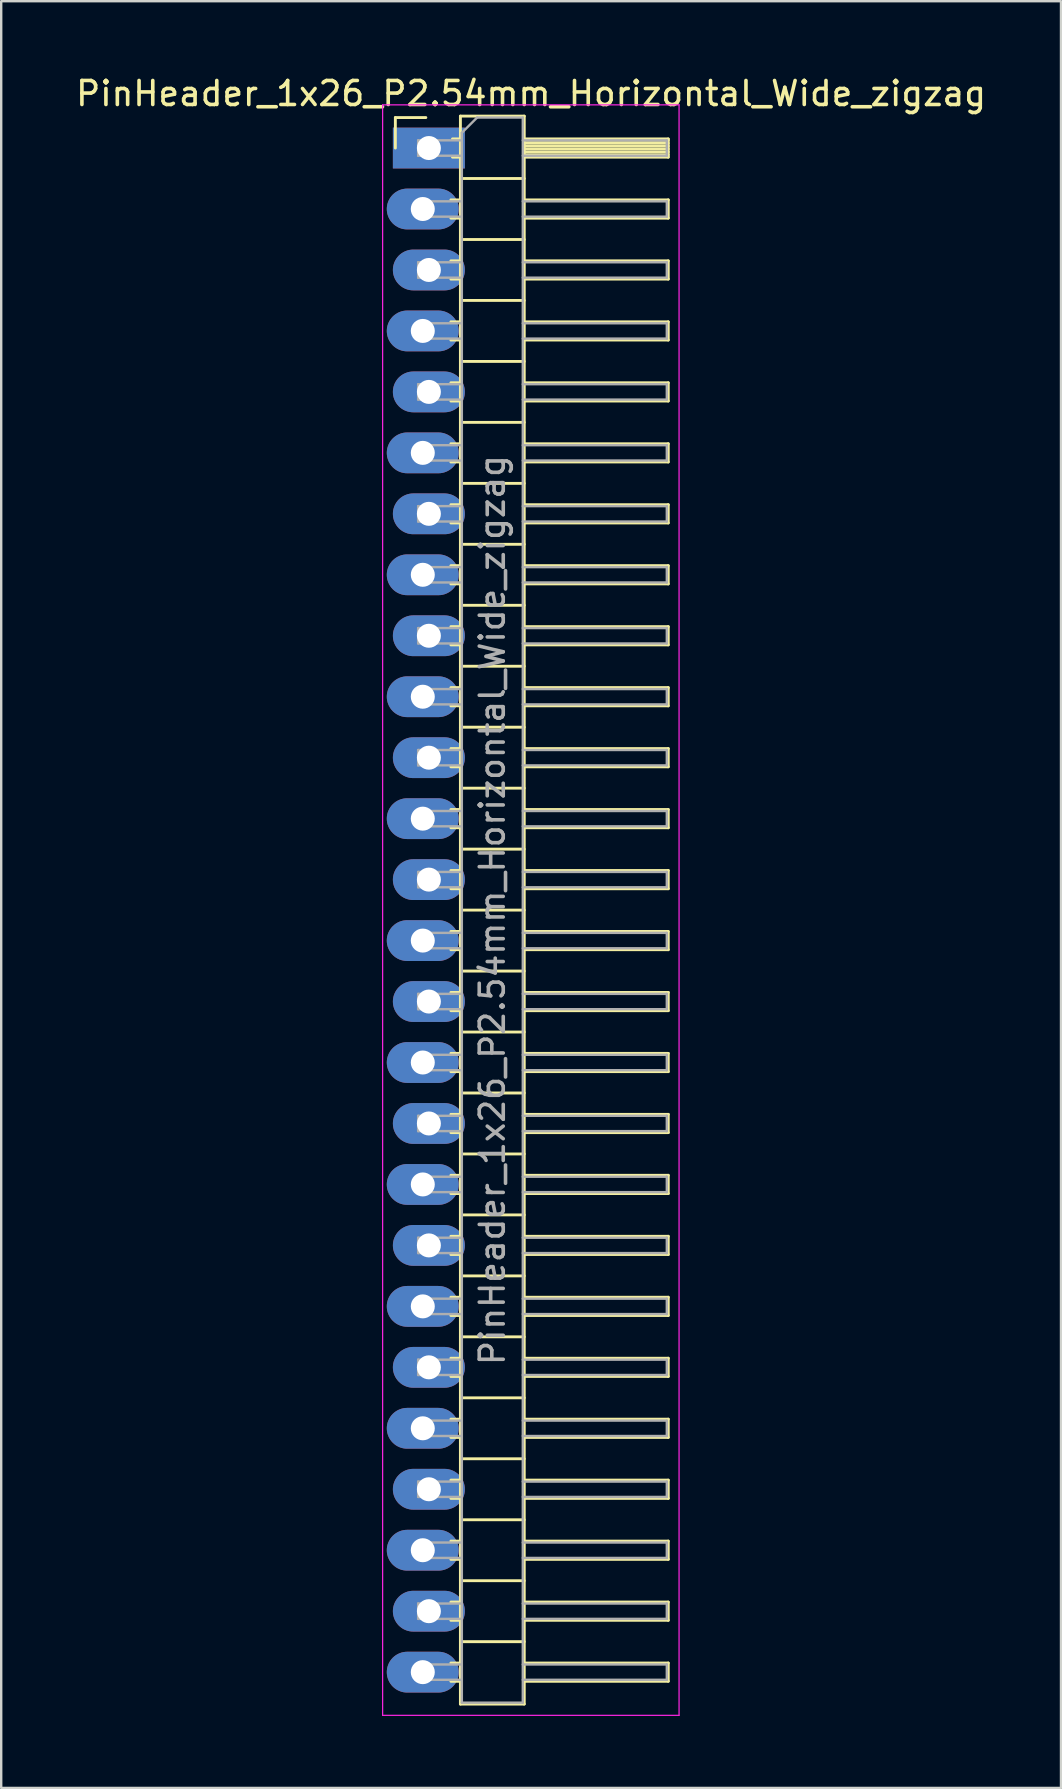
<source format=kicad_pcb>
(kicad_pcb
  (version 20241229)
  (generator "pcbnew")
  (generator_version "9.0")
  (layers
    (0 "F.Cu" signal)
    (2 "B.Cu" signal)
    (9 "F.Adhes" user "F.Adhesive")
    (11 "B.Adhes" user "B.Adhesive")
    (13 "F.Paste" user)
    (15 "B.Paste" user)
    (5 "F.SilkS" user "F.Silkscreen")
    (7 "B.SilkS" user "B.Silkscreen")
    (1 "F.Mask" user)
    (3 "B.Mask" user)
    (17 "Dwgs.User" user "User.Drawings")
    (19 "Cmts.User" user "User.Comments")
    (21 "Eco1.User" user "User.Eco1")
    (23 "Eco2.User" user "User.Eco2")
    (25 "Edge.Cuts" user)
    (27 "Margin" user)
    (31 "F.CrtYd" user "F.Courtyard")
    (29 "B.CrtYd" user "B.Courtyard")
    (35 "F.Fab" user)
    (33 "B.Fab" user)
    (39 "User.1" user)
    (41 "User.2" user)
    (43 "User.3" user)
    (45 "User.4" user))
  (footprint "PinHeader_1x26_P2.54mm_Horizontal_Wide_zigzag"
    (layer "F.Cu")
    (at 14.692 3.118)
    (property "Reference" "PinHeader_1x26_P2.54mm_Horizontal_Wide_zigzag" (at 4.385 -2.27 0) (layer "F.SilkS") (effects (font (size 1 1) (thickness 0.15))))
    (attr through_hole)
    (fp_line (start -1.27 -1.27) (end 0 -1.27) (stroke (width 0.12) (type solid)) (layer "F.SilkS"))
    (fp_line (start -1.27 0) (end -1.27 -1.27) (stroke (width 0.12) (type solid)) (layer "F.SilkS"))
    (fp_line (start 1.043 2.16) (end 1.44 2.16) (stroke (width 0.12) (type solid)) (layer "F.SilkS"))
    (fp_line (start 1.043 2.92) (end 1.44 2.92) (stroke (width 0.12) (type solid)) (layer "F.SilkS"))
    (fp_line (start 1.043 4.7) (end 1.44 4.7) (stroke (width 0.12) (type solid)) (layer "F.SilkS"))
    (fp_line (start 1.043 5.46) (end 1.44 5.46) (stroke (width 0.12) (type solid)) (layer "F.SilkS"))
    (fp_line (start 1.043 7.24) (end 1.44 7.24) (stroke (width 0.12) (type solid)) (layer "F.SilkS"))
    (fp_line (start 1.043 8) (end 1.44 8) (stroke (width 0.12) (type solid)) (layer "F.SilkS"))
    (fp_line (start 1.043 9.78) (end 1.44 9.78) (stroke (width 0.12) (type solid)) (layer "F.SilkS"))
    (fp_line (start 1.043 10.54) (end 1.44 10.54) (stroke (width 0.12) (type solid)) (layer "F.SilkS"))
    (fp_line (start 1.043 12.32) (end 1.44 12.32) (stroke (width 0.12) (type solid)) (layer "F.SilkS"))
    (fp_line (start 1.043 13.08) (end 1.44 13.08) (stroke (width 0.12) (type solid)) (layer "F.SilkS"))
    (fp_line (start 1.043 14.86) (end 1.44 14.86) (stroke (width 0.12) (type solid)) (layer "F.SilkS"))
    (fp_line (start 1.043 15.62) (end 1.44 15.62) (stroke (width 0.12) (type solid)) (layer "F.SilkS"))
    (fp_line (start 1.043 17.4) (end 1.44 17.4) (stroke (width 0.12) (type solid)) (layer "F.SilkS"))
    (fp_line (start 1.043 18.16) (end 1.44 18.16) (stroke (width 0.12) (type solid)) (layer "F.SilkS"))
    (fp_line (start 1.043 19.94) (end 1.44 19.94) (stroke (width 0.12) (type solid)) (layer "F.SilkS"))
    (fp_line (start 1.043 20.7) (end 1.44 20.7) (stroke (width 0.12) (type solid)) (layer "F.SilkS"))
    (fp_line (start 1.043 22.48) (end 1.44 22.48) (stroke (width 0.12) (type solid)) (layer "F.SilkS"))
    (fp_line (start 1.043 23.24) (end 1.44 23.24) (stroke (width 0.12) (type solid)) (layer "F.SilkS"))
    (fp_line (start 1.043 25.02) (end 1.44 25.02) (stroke (width 0.12) (type solid)) (layer "F.SilkS"))
    (fp_line (start 1.043 25.78) (end 1.44 25.78) (stroke (width 0.12) (type solid)) (layer "F.SilkS"))
    (fp_line (start 1.043 27.56) (end 1.44 27.56) (stroke (width 0.12) (type solid)) (layer "F.SilkS"))
    (fp_line (start 1.043 28.32) (end 1.44 28.32) (stroke (width 0.12) (type solid)) (layer "F.SilkS"))
    (fp_line (start 1.043 30.1) (end 1.44 30.1) (stroke (width 0.12) (type solid)) (layer "F.SilkS"))
    (fp_line (start 1.043 30.86) (end 1.44 30.86) (stroke (width 0.12) (type solid)) (layer "F.SilkS"))
    (fp_line (start 1.043 32.64) (end 1.44 32.64) (stroke (width 0.12) (type solid)) (layer "F.SilkS"))
    (fp_line (start 1.043 33.4) (end 1.44 33.4) (stroke (width 0.12) (type solid)) (layer "F.SilkS"))
    (fp_line (start 1.043 35.18) (end 1.44 35.18) (stroke (width 0.12) (type solid)) (layer "F.SilkS"))
    (fp_line (start 1.043 35.94) (end 1.44 35.94) (stroke (width 0.12) (type solid)) (layer "F.SilkS"))
    (fp_line (start 1.043 37.72) (end 1.44 37.72) (stroke (width 0.12) (type solid)) (layer "F.SilkS"))
    (fp_line (start 1.043 38.48) (end 1.44 38.48) (stroke (width 0.12) (type solid)) (layer "F.SilkS"))
    (fp_line (start 1.043 40.26) (end 1.44 40.26) (stroke (width 0.12) (type solid)) (layer "F.SilkS"))
    (fp_line (start 1.043 41.02) (end 1.44 41.02) (stroke (width 0.12) (type solid)) (layer "F.SilkS"))
    (fp_line (start 1.043 42.8) (end 1.44 42.8) (stroke (width 0.12) (type solid)) (layer "F.SilkS"))
    (fp_line (start 1.043 43.56) (end 1.44 43.56) (stroke (width 0.12) (type solid)) (layer "F.SilkS"))
    (fp_line (start 1.043 45.34) (end 1.44 45.34) (stroke (width 0.12) (type solid)) (layer "F.SilkS"))
    (fp_line (start 1.043 46.1) (end 1.44 46.1) (stroke (width 0.12) (type solid)) (layer "F.SilkS"))
    (fp_line (start 1.043 47.88) (end 1.44 47.88) (stroke (width 0.12) (type solid)) (layer "F.SilkS"))
    (fp_line (start 1.043 48.64) (end 1.44 48.64) (stroke (width 0.12) (type solid)) (layer "F.SilkS"))
    (fp_line (start 1.043 50.42) (end 1.44 50.42) (stroke (width 0.12) (type solid)) (layer "F.SilkS"))
    (fp_line (start 1.043 51.18) (end 1.44 51.18) (stroke (width 0.12) (type solid)) (layer "F.SilkS"))
    (fp_line (start 1.043 52.96) (end 1.44 52.96) (stroke (width 0.12) (type solid)) (layer "F.SilkS"))
    (fp_line (start 1.043 53.72) (end 1.44 53.72) (stroke (width 0.12) (type solid)) (layer "F.SilkS"))
    (fp_line (start 1.043 55.5) (end 1.44 55.5) (stroke (width 0.12) (type solid)) (layer "F.SilkS"))
    (fp_line (start 1.043 56.26) (end 1.44 56.26) (stroke (width 0.12) (type solid)) (layer "F.SilkS"))
    (fp_line (start 1.043 58.04) (end 1.44 58.04) (stroke (width 0.12) (type solid)) (layer "F.SilkS"))
    (fp_line (start 1.043 58.8) (end 1.44 58.8) (stroke (width 0.12) (type solid)) (layer "F.SilkS"))
    (fp_line (start 1.043 60.58) (end 1.44 60.58) (stroke (width 0.12) (type solid)) (layer "F.SilkS"))
    (fp_line (start 1.043 61.34) (end 1.44 61.34) (stroke (width 0.12) (type solid)) (layer "F.SilkS"))
    (fp_line (start 1.043 63.12) (end 1.44 63.12) (stroke (width 0.12) (type solid)) (layer "F.SilkS"))
    (fp_line (start 1.043 63.88) (end 1.44 63.88) (stroke (width 0.12) (type solid)) (layer "F.SilkS"))
    (fp_line (start 1.11 -0.38) (end 1.44 -0.38) (stroke (width 0.12) (type solid)) (layer "F.SilkS"))
    (fp_line (start 1.11 0.38) (end 1.44 0.38) (stroke (width 0.12) (type solid)) (layer "F.SilkS"))
    (fp_line (start 1.44 -1.33) (end 1.44 64.83) (stroke (width 0.12) (type solid)) (layer "F.SilkS"))
    (fp_line (start 1.44 1.27) (end 4.1 1.27) (stroke (width 0.12) (type solid)) (layer "F.SilkS"))
    (fp_line (start 1.44 3.81) (end 4.1 3.81) (stroke (width 0.12) (type solid)) (layer "F.SilkS"))
    (fp_line (start 1.44 6.35) (end 4.1 6.35) (stroke (width 0.12) (type solid)) (layer "F.SilkS"))
    (fp_line (start 1.44 8.89) (end 4.1 8.89) (stroke (width 0.12) (type solid)) (layer "F.SilkS"))
    (fp_line (start 1.44 11.43) (end 4.1 11.43) (stroke (width 0.12) (type solid)) (layer "F.SilkS"))
    (fp_line (start 1.44 13.97) (end 4.1 13.97) (stroke (width 0.12) (type solid)) (layer "F.SilkS"))
    (fp_line (start 1.44 16.51) (end 4.1 16.51) (stroke (width 0.12) (type solid)) (layer "F.SilkS"))
    (fp_line (start 1.44 19.05) (end 4.1 19.05) (stroke (width 0.12) (type solid)) (layer "F.SilkS"))
    (fp_line (start 1.44 21.59) (end 4.1 21.59) (stroke (width 0.12) (type solid)) (layer "F.SilkS"))
    (fp_line (start 1.44 24.13) (end 4.1 24.13) (stroke (width 0.12) (type solid)) (layer "F.SilkS"))
    (fp_line (start 1.44 26.67) (end 4.1 26.67) (stroke (width 0.12) (type solid)) (layer "F.SilkS"))
    (fp_line (start 1.44 29.21) (end 4.1 29.21) (stroke (width 0.12) (type solid)) (layer "F.SilkS"))
    (fp_line (start 1.44 31.75) (end 4.1 31.75) (stroke (width 0.12) (type solid)) (layer "F.SilkS"))
    (fp_line (start 1.44 34.29) (end 4.1 34.29) (stroke (width 0.12) (type solid)) (layer "F.SilkS"))
    (fp_line (start 1.44 36.83) (end 4.1 36.83) (stroke (width 0.12) (type solid)) (layer "F.SilkS"))
    (fp_line (start 1.44 39.37) (end 4.1 39.37) (stroke (width 0.12) (type solid)) (layer "F.SilkS"))
    (fp_line (start 1.44 41.91) (end 4.1 41.91) (stroke (width 0.12) (type solid)) (layer "F.SilkS"))
    (fp_line (start 1.44 44.45) (end 4.1 44.45) (stroke (width 0.12) (type solid)) (layer "F.SilkS"))
    (fp_line (start 1.44 46.99) (end 4.1 46.99) (stroke (width 0.12) (type solid)) (layer "F.SilkS"))
    (fp_line (start 1.44 49.53) (end 4.1 49.53) (stroke (width 0.12) (type solid)) (layer "F.SilkS"))
    (fp_line (start 1.44 52.07) (end 4.1 52.07) (stroke (width 0.12) (type solid)) (layer "F.SilkS"))
    (fp_line (start 1.44 54.61) (end 4.1 54.61) (stroke (width 0.12) (type solid)) (layer "F.SilkS"))
    (fp_line (start 1.44 57.15) (end 4.1 57.15) (stroke (width 0.12) (type solid)) (layer "F.SilkS"))
    (fp_line (start 1.44 59.69) (end 4.1 59.69) (stroke (width 0.12) (type solid)) (layer "F.SilkS"))
    (fp_line (start 1.44 62.23) (end 4.1 62.23) (stroke (width 0.12) (type solid)) (layer "F.SilkS"))
    (fp_line (start 1.44 64.83) (end 4.1 64.83) (stroke (width 0.12) (type solid)) (layer "F.SilkS"))
    (fp_line (start 4.1 -1.33) (end 1.44 -1.33) (stroke (width 0.12) (type solid)) (layer "F.SilkS"))
    (fp_line (start 4.1 -0.38) (end 10.1 -0.38) (stroke (width 0.12) (type solid)) (layer "F.SilkS"))
    (fp_line (start 4.1 -0.32) (end 10.1 -0.32) (stroke (width 0.12) (type solid)) (layer "F.SilkS"))
    (fp_line (start 4.1 -0.2) (end 10.1 -0.2) (stroke (width 0.12) (type solid)) (layer "F.SilkS"))
    (fp_line (start 4.1 -0.08) (end 10.1 -0.08) (stroke (width 0.12) (type solid)) (layer "F.SilkS"))
    (fp_line (start 4.1 0.04) (end 10.1 0.04) (stroke (width 0.12) (type solid)) (layer "F.SilkS"))
    (fp_line (start 4.1 0.16) (end 10.1 0.16) (stroke (width 0.12) (type solid)) (layer "F.SilkS"))
    (fp_line (start 4.1 0.28) (end 10.1 0.28) (stroke (width 0.12) (type solid)) (layer "F.SilkS"))
    (fp_line (start 4.1 2.16) (end 10.1 2.16) (stroke (width 0.12) (type solid)) (layer "F.SilkS"))
    (fp_line (start 4.1 4.7) (end 10.1 4.7) (stroke (width 0.12) (type solid)) (layer "F.SilkS"))
    (fp_line (start 4.1 7.24) (end 10.1 7.24) (stroke (width 0.12) (type solid)) (layer "F.SilkS"))
    (fp_line (start 4.1 9.78) (end 10.1 9.78) (stroke (width 0.12) (type solid)) (layer "F.SilkS"))
    (fp_line (start 4.1 12.32) (end 10.1 12.32) (stroke (width 0.12) (type solid)) (layer "F.SilkS"))
    (fp_line (start 4.1 14.86) (end 10.1 14.86) (stroke (width 0.12) (type solid)) (layer "F.SilkS"))
    (fp_line (start 4.1 17.4) (end 10.1 17.4) (stroke (width 0.12) (type solid)) (layer "F.SilkS"))
    (fp_line (start 4.1 19.94) (end 10.1 19.94) (stroke (width 0.12) (type solid)) (layer "F.SilkS"))
    (fp_line (start 4.1 22.48) (end 10.1 22.48) (stroke (width 0.12) (type solid)) (layer "F.SilkS"))
    (fp_line (start 4.1 25.02) (end 10.1 25.02) (stroke (width 0.12) (type solid)) (layer "F.SilkS"))
    (fp_line (start 4.1 27.56) (end 10.1 27.56) (stroke (width 0.12) (type solid)) (layer "F.SilkS"))
    (fp_line (start 4.1 30.1) (end 10.1 30.1) (stroke (width 0.12) (type solid)) (layer "F.SilkS"))
    (fp_line (start 4.1 32.64) (end 10.1 32.64) (stroke (width 0.12) (type solid)) (layer "F.SilkS"))
    (fp_line (start 4.1 35.18) (end 10.1 35.18) (stroke (width 0.12) (type solid)) (layer "F.SilkS"))
    (fp_line (start 4.1 37.72) (end 10.1 37.72) (stroke (width 0.12) (type solid)) (layer "F.SilkS"))
    (fp_line (start 4.1 40.26) (end 10.1 40.26) (stroke (width 0.12) (type solid)) (layer "F.SilkS"))
    (fp_line (start 4.1 42.8) (end 10.1 42.8) (stroke (width 0.12) (type solid)) (layer "F.SilkS"))
    (fp_line (start 4.1 45.34) (end 10.1 45.34) (stroke (width 0.12) (type solid)) (layer "F.SilkS"))
    (fp_line (start 4.1 47.88) (end 10.1 47.88) (stroke (width 0.12) (type solid)) (layer "F.SilkS"))
    (fp_line (start 4.1 50.42) (end 10.1 50.42) (stroke (width 0.12) (type solid)) (layer "F.SilkS"))
    (fp_line (start 4.1 52.96) (end 10.1 52.96) (stroke (width 0.12) (type solid)) (layer "F.SilkS"))
    (fp_line (start 4.1 55.5) (end 10.1 55.5) (stroke (width 0.12) (type solid)) (layer "F.SilkS"))
    (fp_line (start 4.1 58.04) (end 10.1 58.04) (stroke (width 0.12) (type solid)) (layer "F.SilkS"))
    (fp_line (start 4.1 60.58) (end 10.1 60.58) (stroke (width 0.12) (type solid)) (layer "F.SilkS"))
    (fp_line (start 4.1 63.12) (end 10.1 63.12) (stroke (width 0.12) (type solid)) (layer "F.SilkS"))
    (fp_line (start 4.1 64.83) (end 4.1 -1.33) (stroke (width 0.12) (type solid)) (layer "F.SilkS"))
    (fp_line (start 10.1 -0.38) (end 10.1 0.38) (stroke (width 0.12) (type solid)) (layer "F.SilkS"))
    (fp_line (start 10.1 0.38) (end 4.1 0.38) (stroke (width 0.12) (type solid)) (layer "F.SilkS"))
    (fp_line (start 10.1 2.16) (end 10.1 2.92) (stroke (width 0.12) (type solid)) (layer "F.SilkS"))
    (fp_line (start 10.1 2.92) (end 4.1 2.92) (stroke (width 0.12) (type solid)) (layer "F.SilkS"))
    (fp_line (start 10.1 4.7) (end 10.1 5.46) (stroke (width 0.12) (type solid)) (layer "F.SilkS"))
    (fp_line (start 10.1 5.46) (end 4.1 5.46) (stroke (width 0.12) (type solid)) (layer "F.SilkS"))
    (fp_line (start 10.1 7.24) (end 10.1 8) (stroke (width 0.12) (type solid)) (layer "F.SilkS"))
    (fp_line (start 10.1 8) (end 4.1 8) (stroke (width 0.12) (type solid)) (layer "F.SilkS"))
    (fp_line (start 10.1 9.78) (end 10.1 10.54) (stroke (width 0.12) (type solid)) (layer "F.SilkS"))
    (fp_line (start 10.1 10.54) (end 4.1 10.54) (stroke (width 0.12) (type solid)) (layer "F.SilkS"))
    (fp_line (start 10.1 12.32) (end 10.1 13.08) (stroke (width 0.12) (type solid)) (layer "F.SilkS"))
    (fp_line (start 10.1 13.08) (end 4.1 13.08) (stroke (width 0.12) (type solid)) (layer "F.SilkS"))
    (fp_line (start 10.1 14.86) (end 10.1 15.62) (stroke (width 0.12) (type solid)) (layer "F.SilkS"))
    (fp_line (start 10.1 15.62) (end 4.1 15.62) (stroke (width 0.12) (type solid)) (layer "F.SilkS"))
    (fp_line (start 10.1 17.4) (end 10.1 18.16) (stroke (width 0.12) (type solid)) (layer "F.SilkS"))
    (fp_line (start 10.1 18.16) (end 4.1 18.16) (stroke (width 0.12) (type solid)) (layer "F.SilkS"))
    (fp_line (start 10.1 19.94) (end 10.1 20.7) (stroke (width 0.12) (type solid)) (layer "F.SilkS"))
    (fp_line (start 10.1 20.7) (end 4.1 20.7) (stroke (width 0.12) (type solid)) (layer "F.SilkS"))
    (fp_line (start 10.1 22.48) (end 10.1 23.24) (stroke (width 0.12) (type solid)) (layer "F.SilkS"))
    (fp_line (start 10.1 23.24) (end 4.1 23.24) (stroke (width 0.12) (type solid)) (layer "F.SilkS"))
    (fp_line (start 10.1 25.02) (end 10.1 25.78) (stroke (width 0.12) (type solid)) (layer "F.SilkS"))
    (fp_line (start 10.1 25.78) (end 4.1 25.78) (stroke (width 0.12) (type solid)) (layer "F.SilkS"))
    (fp_line (start 10.1 27.56) (end 10.1 28.32) (stroke (width 0.12) (type solid)) (layer "F.SilkS"))
    (fp_line (start 10.1 28.32) (end 4.1 28.32) (stroke (width 0.12) (type solid)) (layer "F.SilkS"))
    (fp_line (start 10.1 30.1) (end 10.1 30.86) (stroke (width 0.12) (type solid)) (layer "F.SilkS"))
    (fp_line (start 10.1 30.86) (end 4.1 30.86) (stroke (width 0.12) (type solid)) (layer "F.SilkS"))
    (fp_line (start 10.1 32.64) (end 10.1 33.4) (stroke (width 0.12) (type solid)) (layer "F.SilkS"))
    (fp_line (start 10.1 33.4) (end 4.1 33.4) (stroke (width 0.12) (type solid)) (layer "F.SilkS"))
    (fp_line (start 10.1 35.18) (end 10.1 35.94) (stroke (width 0.12) (type solid)) (layer "F.SilkS"))
    (fp_line (start 10.1 35.94) (end 4.1 35.94) (stroke (width 0.12) (type solid)) (layer "F.SilkS"))
    (fp_line (start 10.1 37.72) (end 10.1 38.48) (stroke (width 0.12) (type solid)) (layer "F.SilkS"))
    (fp_line (start 10.1 38.48) (end 4.1 38.48) (stroke (width 0.12) (type solid)) (layer "F.SilkS"))
    (fp_line (start 10.1 40.26) (end 10.1 41.02) (stroke (width 0.12) (type solid)) (layer "F.SilkS"))
    (fp_line (start 10.1 41.02) (end 4.1 41.02) (stroke (width 0.12) (type solid)) (layer "F.SilkS"))
    (fp_line (start 10.1 42.8) (end 10.1 43.56) (stroke (width 0.12) (type solid)) (layer "F.SilkS"))
    (fp_line (start 10.1 43.56) (end 4.1 43.56) (stroke (width 0.12) (type solid)) (layer "F.SilkS"))
    (fp_line (start 10.1 45.34) (end 10.1 46.1) (stroke (width 0.12) (type solid)) (layer "F.SilkS"))
    (fp_line (start 10.1 46.1) (end 4.1 46.1) (stroke (width 0.12) (type solid)) (layer "F.SilkS"))
    (fp_line (start 10.1 47.88) (end 10.1 48.64) (stroke (width 0.12) (type solid)) (layer "F.SilkS"))
    (fp_line (start 10.1 48.64) (end 4.1 48.64) (stroke (width 0.12) (type solid)) (layer "F.SilkS"))
    (fp_line (start 10.1 50.42) (end 10.1 51.18) (stroke (width 0.12) (type solid)) (layer "F.SilkS"))
    (fp_line (start 10.1 51.18) (end 4.1 51.18) (stroke (width 0.12) (type solid)) (layer "F.SilkS"))
    (fp_line (start 10.1 52.96) (end 10.1 53.72) (stroke (width 0.12) (type solid)) (layer "F.SilkS"))
    (fp_line (start 10.1 53.72) (end 4.1 53.72) (stroke (width 0.12) (type solid)) (layer "F.SilkS"))
    (fp_line (start 10.1 55.5) (end 10.1 56.26) (stroke (width 0.12) (type solid)) (layer "F.SilkS"))
    (fp_line (start 10.1 56.26) (end 4.1 56.26) (stroke (width 0.12) (type solid)) (layer "F.SilkS"))
    (fp_line (start 10.1 58.04) (end 10.1 58.8) (stroke (width 0.12) (type solid)) (layer "F.SilkS"))
    (fp_line (start 10.1 58.8) (end 4.1 58.8) (stroke (width 0.12) (type solid)) (layer "F.SilkS"))
    (fp_line (start 10.1 60.58) (end 10.1 61.34) (stroke (width 0.12) (type solid)) (layer "F.SilkS"))
    (fp_line (start 10.1 61.34) (end 4.1 61.34) (stroke (width 0.12) (type solid)) (layer "F.SilkS"))
    (fp_line (start 10.1 63.12) (end 10.1 63.88) (stroke (width 0.12) (type solid)) (layer "F.SilkS"))
    (fp_line (start 10.1 63.88) (end 4.1 63.88) (stroke (width 0.12) (type solid)) (layer "F.SilkS"))
    (fp_line (start -1.8 -1.8) (end -1.8 65.3) (stroke (width 0.05) (type solid)) (layer "F.CrtYd"))
    (fp_line (start -1.8 65.3) (end 10.55 65.3) (stroke (width 0.05) (type solid)) (layer "F.CrtYd"))
    (fp_line (start 10.55 -1.8) (end -1.8 -1.8) (stroke (width 0.05) (type solid)) (layer "F.CrtYd"))
    (fp_line (start 10.55 65.3) (end 10.55 -1.8) (stroke (width 0.05) (type solid)) (layer "F.CrtYd"))
    (fp_line (start -0.32 -0.32) (end -0.32 0.32) (stroke (width 0.1) (type solid)) (layer "F.Fab"))
    (fp_line (start -0.32 -0.32) (end 1.5 -0.32) (stroke (width 0.1) (type solid)) (layer "F.Fab"))
    (fp_line (start -0.32 0.32) (end 1.5 0.32) (stroke (width 0.1) (type solid)) (layer "F.Fab"))
    (fp_line (start -0.32 2.22) (end -0.32 2.86) (stroke (width 0.1) (type solid)) (layer "F.Fab"))
    (fp_line (start -0.32 2.22) (end 1.5 2.22) (stroke (width 0.1) (type solid)) (layer "F.Fab"))
    (fp_line (start -0.32 2.86) (end 1.5 2.86) (stroke (width 0.1) (type solid)) (layer "F.Fab"))
    (fp_line (start -0.32 4.76) (end -0.32 5.4) (stroke (width 0.1) (type solid)) (layer "F.Fab"))
    (fp_line (start -0.32 4.76) (end 1.5 4.76) (stroke (width 0.1) (type solid)) (layer "F.Fab"))
    (fp_line (start -0.32 5.4) (end 1.5 5.4) (stroke (width 0.1) (type solid)) (layer "F.Fab"))
    (fp_line (start -0.32 7.3) (end -0.32 7.94) (stroke (width 0.1) (type solid)) (layer "F.Fab"))
    (fp_line (start -0.32 7.3) (end 1.5 7.3) (stroke (width 0.1) (type solid)) (layer "F.Fab"))
    (fp_line (start -0.32 7.94) (end 1.5 7.94) (stroke (width 0.1) (type solid)) (layer "F.Fab"))
    (fp_line (start -0.32 9.84) (end -0.32 10.48) (stroke (width 0.1) (type solid)) (layer "F.Fab"))
    (fp_line (start -0.32 9.84) (end 1.5 9.84) (stroke (width 0.1) (type solid)) (layer "F.Fab"))
    (fp_line (start -0.32 10.48) (end 1.5 10.48) (stroke (width 0.1) (type solid)) (layer "F.Fab"))
    (fp_line (start -0.32 12.38) (end -0.32 13.02) (stroke (width 0.1) (type solid)) (layer "F.Fab"))
    (fp_line (start -0.32 12.38) (end 1.5 12.38) (stroke (width 0.1) (type solid)) (layer "F.Fab"))
    (fp_line (start -0.32 13.02) (end 1.5 13.02) (stroke (width 0.1) (type solid)) (layer "F.Fab"))
    (fp_line (start -0.32 14.92) (end -0.32 15.56) (stroke (width 0.1) (type solid)) (layer "F.Fab"))
    (fp_line (start -0.32 14.92) (end 1.5 14.92) (stroke (width 0.1) (type solid)) (layer "F.Fab"))
    (fp_line (start -0.32 15.56) (end 1.5 15.56) (stroke (width 0.1) (type solid)) (layer "F.Fab"))
    (fp_line (start -0.32 17.46) (end -0.32 18.1) (stroke (width 0.1) (type solid)) (layer "F.Fab"))
    (fp_line (start -0.32 17.46) (end 1.5 17.46) (stroke (width 0.1) (type solid)) (layer "F.Fab"))
    (fp_line (start -0.32 18.1) (end 1.5 18.1) (stroke (width 0.1) (type solid)) (layer "F.Fab"))
    (fp_line (start -0.32 20) (end -0.32 20.64) (stroke (width 0.1) (type solid)) (layer "F.Fab"))
    (fp_line (start -0.32 20) (end 1.5 20) (stroke (width 0.1) (type solid)) (layer "F.Fab"))
    (fp_line (start -0.32 20.64) (end 1.5 20.64) (stroke (width 0.1) (type solid)) (layer "F.Fab"))
    (fp_line (start -0.32 22.54) (end -0.32 23.18) (stroke (width 0.1) (type solid)) (layer "F.Fab"))
    (fp_line (start -0.32 22.54) (end 1.5 22.54) (stroke (width 0.1) (type solid)) (layer "F.Fab"))
    (fp_line (start -0.32 23.18) (end 1.5 23.18) (stroke (width 0.1) (type solid)) (layer "F.Fab"))
    (fp_line (start -0.32 25.08) (end -0.32 25.72) (stroke (width 0.1) (type solid)) (layer "F.Fab"))
    (fp_line (start -0.32 25.08) (end 1.5 25.08) (stroke (width 0.1) (type solid)) (layer "F.Fab"))
    (fp_line (start -0.32 25.72) (end 1.5 25.72) (stroke (width 0.1) (type solid)) (layer "F.Fab"))
    (fp_line (start -0.32 27.62) (end -0.32 28.26) (stroke (width 0.1) (type solid)) (layer "F.Fab"))
    (fp_line (start -0.32 27.62) (end 1.5 27.62) (stroke (width 0.1) (type solid)) (layer "F.Fab"))
    (fp_line (start -0.32 28.26) (end 1.5 28.26) (stroke (width 0.1) (type solid)) (layer "F.Fab"))
    (fp_line (start -0.32 30.16) (end -0.32 30.8) (stroke (width 0.1) (type solid)) (layer "F.Fab"))
    (fp_line (start -0.32 30.16) (end 1.5 30.16) (stroke (width 0.1) (type solid)) (layer "F.Fab"))
    (fp_line (start -0.32 30.8) (end 1.5 30.8) (stroke (width 0.1) (type solid)) (layer "F.Fab"))
    (fp_line (start -0.32 32.7) (end -0.32 33.34) (stroke (width 0.1) (type solid)) (layer "F.Fab"))
    (fp_line (start -0.32 32.7) (end 1.5 32.7) (stroke (width 0.1) (type solid)) (layer "F.Fab"))
    (fp_line (start -0.32 33.34) (end 1.5 33.34) (stroke (width 0.1) (type solid)) (layer "F.Fab"))
    (fp_line (start -0.32 35.24) (end -0.32 35.88) (stroke (width 0.1) (type solid)) (layer "F.Fab"))
    (fp_line (start -0.32 35.24) (end 1.5 35.24) (stroke (width 0.1) (type solid)) (layer "F.Fab"))
    (fp_line (start -0.32 35.88) (end 1.5 35.88) (stroke (width 0.1) (type solid)) (layer "F.Fab"))
    (fp_line (start -0.32 37.78) (end -0.32 38.42) (stroke (width 0.1) (type solid)) (layer "F.Fab"))
    (fp_line (start -0.32 37.78) (end 1.5 37.78) (stroke (width 0.1) (type solid)) (layer "F.Fab"))
    (fp_line (start -0.32 38.42) (end 1.5 38.42) (stroke (width 0.1) (type solid)) (layer "F.Fab"))
    (fp_line (start -0.32 40.32) (end -0.32 40.96) (stroke (width 0.1) (type solid)) (layer "F.Fab"))
    (fp_line (start -0.32 40.32) (end 1.5 40.32) (stroke (width 0.1) (type solid)) (layer "F.Fab"))
    (fp_line (start -0.32 40.96) (end 1.5 40.96) (stroke (width 0.1) (type solid)) (layer "F.Fab"))
    (fp_line (start -0.32 42.86) (end -0.32 43.5) (stroke (width 0.1) (type solid)) (layer "F.Fab"))
    (fp_line (start -0.32 42.86) (end 1.5 42.86) (stroke (width 0.1) (type solid)) (layer "F.Fab"))
    (fp_line (start -0.32 43.5) (end 1.5 43.5) (stroke (width 0.1) (type solid)) (layer "F.Fab"))
    (fp_line (start -0.32 45.4) (end -0.32 46.04) (stroke (width 0.1) (type solid)) (layer "F.Fab"))
    (fp_line (start -0.32 45.4) (end 1.5 45.4) (stroke (width 0.1) (type solid)) (layer "F.Fab"))
    (fp_line (start -0.32 46.04) (end 1.5 46.04) (stroke (width 0.1) (type solid)) (layer "F.Fab"))
    (fp_line (start -0.32 47.94) (end -0.32 48.58) (stroke (width 0.1) (type solid)) (layer "F.Fab"))
    (fp_line (start -0.32 47.94) (end 1.5 47.94) (stroke (width 0.1) (type solid)) (layer "F.Fab"))
    (fp_line (start -0.32 48.58) (end 1.5 48.58) (stroke (width 0.1) (type solid)) (layer "F.Fab"))
    (fp_line (start -0.32 50.48) (end -0.32 51.12) (stroke (width 0.1) (type solid)) (layer "F.Fab"))
    (fp_line (start -0.32 50.48) (end 1.5 50.48) (stroke (width 0.1) (type solid)) (layer "F.Fab"))
    (fp_line (start -0.32 51.12) (end 1.5 51.12) (stroke (width 0.1) (type solid)) (layer "F.Fab"))
    (fp_line (start -0.32 53.02) (end -0.32 53.66) (stroke (width 0.1) (type solid)) (layer "F.Fab"))
    (fp_line (start -0.32 53.02) (end 1.5 53.02) (stroke (width 0.1) (type solid)) (layer "F.Fab"))
    (fp_line (start -0.32 53.66) (end 1.5 53.66) (stroke (width 0.1) (type solid)) (layer "F.Fab"))
    (fp_line (start -0.32 55.56) (end -0.32 56.2) (stroke (width 0.1) (type solid)) (layer "F.Fab"))
    (fp_line (start -0.32 55.56) (end 1.5 55.56) (stroke (width 0.1) (type solid)) (layer "F.Fab"))
    (fp_line (start -0.32 56.2) (end 1.5 56.2) (stroke (width 0.1) (type solid)) (layer "F.Fab"))
    (fp_line (start -0.32 58.1) (end -0.32 58.74) (stroke (width 0.1) (type solid)) (layer "F.Fab"))
    (fp_line (start -0.32 58.1) (end 1.5 58.1) (stroke (width 0.1) (type solid)) (layer "F.Fab"))
    (fp_line (start -0.32 58.74) (end 1.5 58.74) (stroke (width 0.1) (type solid)) (layer "F.Fab"))
    (fp_line (start -0.32 60.64) (end -0.32 61.28) (stroke (width 0.1) (type solid)) (layer "F.Fab"))
    (fp_line (start -0.32 60.64) (end 1.5 60.64) (stroke (width 0.1) (type solid)) (layer "F.Fab"))
    (fp_line (start -0.32 61.28) (end 1.5 61.28) (stroke (width 0.1) (type solid)) (layer "F.Fab"))
    (fp_line (start -0.32 63.18) (end -0.32 63.82) (stroke (width 0.1) (type solid)) (layer "F.Fab"))
    (fp_line (start -0.32 63.18) (end 1.5 63.18) (stroke (width 0.1) (type solid)) (layer "F.Fab"))
    (fp_line (start -0.32 63.82) (end 1.5 63.82) (stroke (width 0.1) (type solid)) (layer "F.Fab"))
    (fp_line (start 1.5 -0.635) (end 2.135 -1.27) (stroke (width 0.1) (type solid)) (layer "F.Fab"))
    (fp_line (start 1.5 64.77) (end 1.5 -0.635) (stroke (width 0.1) (type solid)) (layer "F.Fab"))
    (fp_line (start 2.135 -1.27) (end 4.04 -1.27) (stroke (width 0.1) (type solid)) (layer "F.Fab"))
    (fp_line (start 4.04 -1.27) (end 4.04 64.77) (stroke (width 0.1) (type solid)) (layer "F.Fab"))
    (fp_line (start 4.04 -0.32) (end 10.04 -0.32) (stroke (width 0.1) (type solid)) (layer "F.Fab"))
    (fp_line (start 4.04 0.32) (end 10.04 0.32) (stroke (width 0.1) (type solid)) (layer "F.Fab"))
    (fp_line (start 4.04 2.22) (end 10.04 2.22) (stroke (width 0.1) (type solid)) (layer "F.Fab"))
    (fp_line (start 4.04 2.86) (end 10.04 2.86) (stroke (width 0.1) (type solid)) (layer "F.Fab"))
    (fp_line (start 4.04 4.76) (end 10.04 4.76) (stroke (width 0.1) (type solid)) (layer "F.Fab"))
    (fp_line (start 4.04 5.4) (end 10.04 5.4) (stroke (width 0.1) (type solid)) (layer "F.Fab"))
    (fp_line (start 4.04 7.3) (end 10.04 7.3) (stroke (width 0.1) (type solid)) (layer "F.Fab"))
    (fp_line (start 4.04 7.94) (end 10.04 7.94) (stroke (width 0.1) (type solid)) (layer "F.Fab"))
    (fp_line (start 4.04 9.84) (end 10.04 9.84) (stroke (width 0.1) (type solid)) (layer "F.Fab"))
    (fp_line (start 4.04 10.48) (end 10.04 10.48) (stroke (width 0.1) (type solid)) (layer "F.Fab"))
    (fp_line (start 4.04 12.38) (end 10.04 12.38) (stroke (width 0.1) (type solid)) (layer "F.Fab"))
    (fp_line (start 4.04 13.02) (end 10.04 13.02) (stroke (width 0.1) (type solid)) (layer "F.Fab"))
    (fp_line (start 4.04 14.92) (end 10.04 14.92) (stroke (width 0.1) (type solid)) (layer "F.Fab"))
    (fp_line (start 4.04 15.56) (end 10.04 15.56) (stroke (width 0.1) (type solid)) (layer "F.Fab"))
    (fp_line (start 4.04 17.46) (end 10.04 17.46) (stroke (width 0.1) (type solid)) (layer "F.Fab"))
    (fp_line (start 4.04 18.1) (end 10.04 18.1) (stroke (width 0.1) (type solid)) (layer "F.Fab"))
    (fp_line (start 4.04 20) (end 10.04 20) (stroke (width 0.1) (type solid)) (layer "F.Fab"))
    (fp_line (start 4.04 20.64) (end 10.04 20.64) (stroke (width 0.1) (type solid)) (layer "F.Fab"))
    (fp_line (start 4.04 22.54) (end 10.04 22.54) (stroke (width 0.1) (type solid)) (layer "F.Fab"))
    (fp_line (start 4.04 23.18) (end 10.04 23.18) (stroke (width 0.1) (type solid)) (layer "F.Fab"))
    (fp_line (start 4.04 25.08) (end 10.04 25.08) (stroke (width 0.1) (type solid)) (layer "F.Fab"))
    (fp_line (start 4.04 25.72) (end 10.04 25.72) (stroke (width 0.1) (type solid)) (layer "F.Fab"))
    (fp_line (start 4.04 27.62) (end 10.04 27.62) (stroke (width 0.1) (type solid)) (layer "F.Fab"))
    (fp_line (start 4.04 28.26) (end 10.04 28.26) (stroke (width 0.1) (type solid)) (layer "F.Fab"))
    (fp_line (start 4.04 30.16) (end 10.04 30.16) (stroke (width 0.1) (type solid)) (layer "F.Fab"))
    (fp_line (start 4.04 30.8) (end 10.04 30.8) (stroke (width 0.1) (type solid)) (layer "F.Fab"))
    (fp_line (start 4.04 32.7) (end 10.04 32.7) (stroke (width 0.1) (type solid)) (layer "F.Fab"))
    (fp_line (start 4.04 33.34) (end 10.04 33.34) (stroke (width 0.1) (type solid)) (layer "F.Fab"))
    (fp_line (start 4.04 35.24) (end 10.04 35.24) (stroke (width 0.1) (type solid)) (layer "F.Fab"))
    (fp_line (start 4.04 35.88) (end 10.04 35.88) (stroke (width 0.1) (type solid)) (layer "F.Fab"))
    (fp_line (start 4.04 37.78) (end 10.04 37.78) (stroke (width 0.1) (type solid)) (layer "F.Fab"))
    (fp_line (start 4.04 38.42) (end 10.04 38.42) (stroke (width 0.1) (type solid)) (layer "F.Fab"))
    (fp_line (start 4.04 40.32) (end 10.04 40.32) (stroke (width 0.1) (type solid)) (layer "F.Fab"))
    (fp_line (start 4.04 40.96) (end 10.04 40.96) (stroke (width 0.1) (type solid)) (layer "F.Fab"))
    (fp_line (start 4.04 42.86) (end 10.04 42.86) (stroke (width 0.1) (type solid)) (layer "F.Fab"))
    (fp_line (start 4.04 43.5) (end 10.04 43.5) (stroke (width 0.1) (type solid)) (layer "F.Fab"))
    (fp_line (start 4.04 45.4) (end 10.04 45.4) (stroke (width 0.1) (type solid)) (layer "F.Fab"))
    (fp_line (start 4.04 46.04) (end 10.04 46.04) (stroke (width 0.1) (type solid)) (layer "F.Fab"))
    (fp_line (start 4.04 47.94) (end 10.04 47.94) (stroke (width 0.1) (type solid)) (layer "F.Fab"))
    (fp_line (start 4.04 48.58) (end 10.04 48.58) (stroke (width 0.1) (type solid)) (layer "F.Fab"))
    (fp_line (start 4.04 50.48) (end 10.04 50.48) (stroke (width 0.1) (type solid)) (layer "F.Fab"))
    (fp_line (start 4.04 51.12) (end 10.04 51.12) (stroke (width 0.1) (type solid)) (layer "F.Fab"))
    (fp_line (start 4.04 53.02) (end 10.04 53.02) (stroke (width 0.1) (type solid)) (layer "F.Fab"))
    (fp_line (start 4.04 53.66) (end 10.04 53.66) (stroke (width 0.1) (type solid)) (layer "F.Fab"))
    (fp_line (start 4.04 55.56) (end 10.04 55.56) (stroke (width 0.1) (type solid)) (layer "F.Fab"))
    (fp_line (start 4.04 56.2) (end 10.04 56.2) (stroke (width 0.1) (type solid)) (layer "F.Fab"))
    (fp_line (start 4.04 58.1) (end 10.04 58.1) (stroke (width 0.1) (type solid)) (layer "F.Fab"))
    (fp_line (start 4.04 58.74) (end 10.04 58.74) (stroke (width 0.1) (type solid)) (layer "F.Fab"))
    (fp_line (start 4.04 60.64) (end 10.04 60.64) (stroke (width 0.1) (type solid)) (layer "F.Fab"))
    (fp_line (start 4.04 61.28) (end 10.04 61.28) (stroke (width 0.1) (type solid)) (layer "F.Fab"))
    (fp_line (start 4.04 63.18) (end 10.04 63.18) (stroke (width 0.1) (type solid)) (layer "F.Fab"))
    (fp_line (start 4.04 63.82) (end 10.04 63.82) (stroke (width 0.1) (type solid)) (layer "F.Fab"))
    (fp_line (start 4.04 64.77) (end 1.5 64.77) (stroke (width 0.1) (type solid)) (layer "F.Fab"))
    (fp_line (start 10.04 -0.32) (end 10.04 0.32) (stroke (width 0.1) (type solid)) (layer "F.Fab"))
    (fp_line (start 10.04 2.22) (end 10.04 2.86) (stroke (width 0.1) (type solid)) (layer "F.Fab"))
    (fp_line (start 10.04 4.76) (end 10.04 5.4) (stroke (width 0.1) (type solid)) (layer "F.Fab"))
    (fp_line (start 10.04 7.3) (end 10.04 7.94) (stroke (width 0.1) (type solid)) (layer "F.Fab"))
    (fp_line (start 10.04 9.84) (end 10.04 10.48) (stroke (width 0.1) (type solid)) (layer "F.Fab"))
    (fp_line (start 10.04 12.38) (end 10.04 13.02) (stroke (width 0.1) (type solid)) (layer "F.Fab"))
    (fp_line (start 10.04 14.92) (end 10.04 15.56) (stroke (width 0.1) (type solid)) (layer "F.Fab"))
    (fp_line (start 10.04 17.46) (end 10.04 18.1) (stroke (width 0.1) (type solid)) (layer "F.Fab"))
    (fp_line (start 10.04 20) (end 10.04 20.64) (stroke (width 0.1) (type solid)) (layer "F.Fab"))
    (fp_line (start 10.04 22.54) (end 10.04 23.18) (stroke (width 0.1) (type solid)) (layer "F.Fab"))
    (fp_line (start 10.04 25.08) (end 10.04 25.72) (stroke (width 0.1) (type solid)) (layer "F.Fab"))
    (fp_line (start 10.04 27.62) (end 10.04 28.26) (stroke (width 0.1) (type solid)) (layer "F.Fab"))
    (fp_line (start 10.04 30.16) (end 10.04 30.8) (stroke (width 0.1) (type solid)) (layer "F.Fab"))
    (fp_line (start 10.04 32.7) (end 10.04 33.34) (stroke (width 0.1) (type solid)) (layer "F.Fab"))
    (fp_line (start 10.04 35.24) (end 10.04 35.88) (stroke (width 0.1) (type solid)) (layer "F.Fab"))
    (fp_line (start 10.04 37.78) (end 10.04 38.42) (stroke (width 0.1) (type solid)) (layer "F.Fab"))
    (fp_line (start 10.04 40.32) (end 10.04 40.96) (stroke (width 0.1) (type solid)) (layer "F.Fab"))
    (fp_line (start 10.04 42.86) (end 10.04 43.5) (stroke (width 0.1) (type solid)) (layer "F.Fab"))
    (fp_line (start 10.04 45.4) (end 10.04 46.04) (stroke (width 0.1) (type solid)) (layer "F.Fab"))
    (fp_line (start 10.04 47.94) (end 10.04 48.58) (stroke (width 0.1) (type solid)) (layer "F.Fab"))
    (fp_line (start 10.04 50.48) (end 10.04 51.12) (stroke (width 0.1) (type solid)) (layer "F.Fab"))
    (fp_line (start 10.04 53.02) (end 10.04 53.66) (stroke (width 0.1) (type solid)) (layer "F.Fab"))
    (fp_line (start 10.04 55.56) (end 10.04 56.2) (stroke (width 0.1) (type solid)) (layer "F.Fab"))
    (fp_line (start 10.04 58.1) (end 10.04 58.74) (stroke (width 0.1) (type solid)) (layer "F.Fab"))
    (fp_line (start 10.04 60.64) (end 10.04 61.28) (stroke (width 0.1) (type solid)) (layer "F.Fab"))
    (fp_line (start 10.04 63.18) (end 10.04 63.82) (stroke (width 0.1) (type solid)) (layer "F.Fab"))
    (fp_text user "${REFERENCE}" (at 2.77 31.75 90) (layer "F.Fab") (effects (font (size 1 1) (thickness 0.15))))
    (pad "1" thru_hole rect (at 0.127 0) (size 3 1.7) (drill 1) (layers "*.Cu" "*.Mask"))
    (pad "2" thru_hole oval (at -0.127 2.54) (size 3 1.7) (drill 1) (layers "*.Cu" "*.Mask"))
    (pad "3" thru_hole oval (at 0.127 5.08) (size 3 1.7) (drill 1) (layers "*.Cu" "*.Mask"))
    (pad "4" thru_hole oval (at -0.127 7.62) (size 3 1.7) (drill 1) (layers "*.Cu" "*.Mask"))
    (pad "5" thru_hole oval (at 0.127 10.16) (size 3 1.7) (drill 1) (layers "*.Cu" "*.Mask"))
    (pad "6" thru_hole oval (at -0.127 12.7) (size 3 1.7) (drill 1) (layers "*.Cu" "*.Mask"))
    (pad "7" thru_hole oval (at 0.127 15.24) (size 3 1.7) (drill 1) (layers "*.Cu" "*.Mask"))
    (pad "8" thru_hole oval (at -0.127 17.78) (size 3 1.7) (drill 1) (layers "*.Cu" "*.Mask"))
    (pad "9" thru_hole oval (at 0.127 20.32) (size 3 1.7) (drill 1) (layers "*.Cu" "*.Mask"))
    (pad "10" thru_hole oval (at -0.127 22.86) (size 3 1.7) (drill 1) (layers "*.Cu" "*.Mask"))
    (pad "11" thru_hole oval (at 0.127 25.4) (size 3 1.7) (drill 1) (layers "*.Cu" "*.Mask"))
    (pad "12" thru_hole oval (at -0.127 27.94) (size 3 1.7) (drill 1) (layers "*.Cu" "*.Mask"))
    (pad "13" thru_hole oval (at 0.127 30.48) (size 3 1.7) (drill 1) (layers "*.Cu" "*.Mask"))
    (pad "14" thru_hole oval (at -0.127 33.02) (size 3 1.7) (drill 1) (layers "*.Cu" "*.Mask"))
    (pad "15" thru_hole oval (at 0.127 35.56) (size 3 1.7) (drill 1) (layers "*.Cu" "*.Mask"))
    (pad "16" thru_hole oval (at -0.127 38.1) (size 3 1.7) (drill 1) (layers "*.Cu" "*.Mask"))
    (pad "17" thru_hole oval (at 0.127 40.64) (size 3 1.7) (drill 1) (layers "*.Cu" "*.Mask"))
    (pad "18" thru_hole oval (at -0.127 43.18) (size 3 1.7) (drill 1) (layers "*.Cu" "*.Mask"))
    (pad "19" thru_hole oval (at 0.127 45.72) (size 3 1.7) (drill 1) (layers "*.Cu" "*.Mask"))
    (pad "20" thru_hole oval (at -0.127 48.26) (size 3 1.7) (drill 1) (layers "*.Cu" "*.Mask"))
    (pad "21" thru_hole oval (at 0.127 50.8) (size 3 1.7) (drill 1) (layers "*.Cu" "*.Mask"))
    (pad "22" thru_hole oval (at -0.127 53.34) (size 3 1.7) (drill 1) (layers "*.Cu" "*.Mask"))
    (pad "23" thru_hole oval (at 0.127 55.88) (size 3 1.7) (drill 1) (layers "*.Cu" "*.Mask"))
    (pad "24" thru_hole oval (at -0.127 58.42) (size 3 1.7) (drill 1) (layers "*.Cu" "*.Mask"))
    (pad "25" thru_hole oval (at 0.127 60.96) (size 3 1.7) (drill 1) (layers "*.Cu" "*.Mask"))
    (pad "26" thru_hole oval (at -0.127 63.5) (size 3 1.7) (drill 1) (layers "*.Cu" "*.Mask")))
  (gr_rect
    (start -3 -3)
    (end 41.155 71.443)
    (stroke (width 0.1) (type default))
    (fill no)
    (layer "Edge.Cuts")))
</source>
